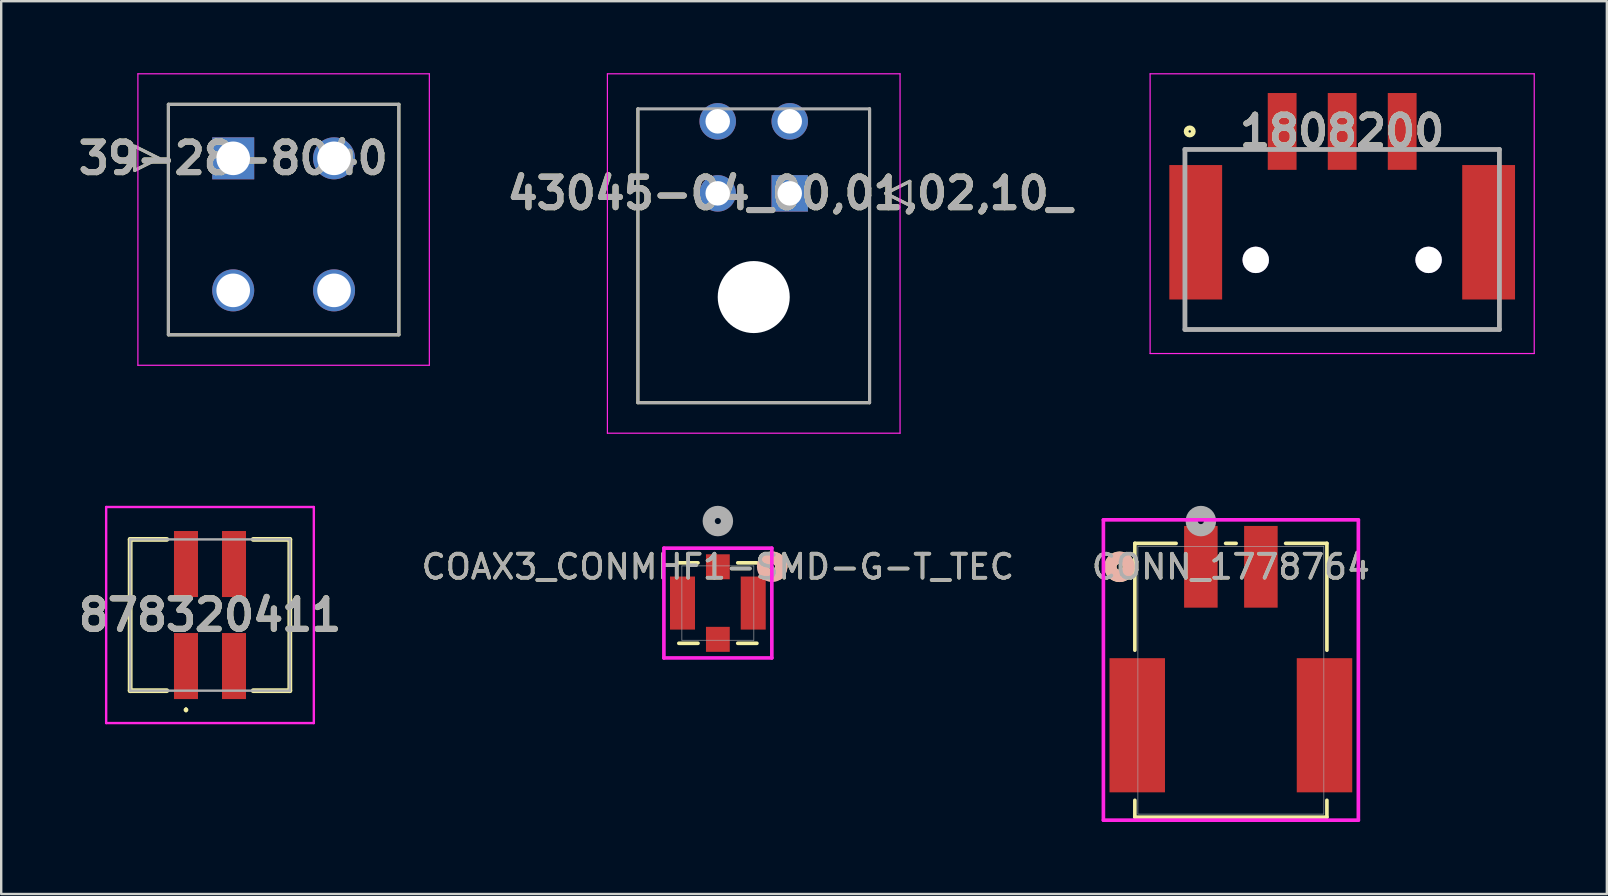
<source format=kicad_pcb>
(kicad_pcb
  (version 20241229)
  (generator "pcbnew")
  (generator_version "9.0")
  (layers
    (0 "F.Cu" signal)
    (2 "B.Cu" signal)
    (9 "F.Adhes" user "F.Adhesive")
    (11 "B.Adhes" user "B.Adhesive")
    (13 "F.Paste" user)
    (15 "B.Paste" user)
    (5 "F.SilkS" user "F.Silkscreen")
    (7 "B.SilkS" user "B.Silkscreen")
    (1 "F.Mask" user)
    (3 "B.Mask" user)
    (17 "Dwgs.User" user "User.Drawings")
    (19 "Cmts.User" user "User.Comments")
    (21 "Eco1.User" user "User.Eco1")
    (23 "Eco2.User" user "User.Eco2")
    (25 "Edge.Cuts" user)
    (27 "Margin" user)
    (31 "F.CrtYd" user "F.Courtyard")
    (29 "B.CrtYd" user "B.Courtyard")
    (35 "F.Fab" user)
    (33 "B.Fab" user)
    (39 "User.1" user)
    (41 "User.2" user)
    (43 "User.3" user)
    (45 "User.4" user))
  (footprint "39-28-8040"
    (layer "F.Cu")
    (at 6.664 3.545)
    (property "Reference" "39-28-8040" (at 0 0 0) (layer "F.SilkS") (effects (font (size 1.27 1.27) (thickness 0.254))))
    (attr through_hole)
    (fp_line (start -4.1 -0.5) (end -3.1 0) (stroke (width 0.127) (type solid)) (layer "F.SilkS"))
    (fp_line (start -4.1 0.5) (end -4.1 -0.5) (stroke (width 0.127) (type solid)) (layer "F.SilkS"))
    (fp_line (start -3.1 0) (end -4.1 0.5) (stroke (width 0.127) (type solid)) (layer "F.SilkS"))
    (fp_line (start -2.7 -2.25) (end 6.9 -2.25) (stroke (width 0.127) (type solid)) (layer "F.SilkS"))
    (fp_line (start -2.7 7.35) (end -2.7 -2.25) (stroke (width 0.127) (type solid)) (layer "F.SilkS"))
    (fp_line (start 6.9 -2.25) (end 6.9 7.35) (stroke (width 0.127) (type solid)) (layer "F.SilkS"))
    (fp_line (start 6.9 7.35) (end -2.7 7.35) (stroke (width 0.127) (type solid)) (layer "F.SilkS"))
    (fp_line (start -3.97 -3.52) (end 8.17 -3.52) (stroke (width 0.05) (type solid)) (layer "F.CrtYd"))
    (fp_line (start -3.97 8.62) (end -3.97 -3.52) (stroke (width 0.05) (type solid)) (layer "F.CrtYd"))
    (fp_line (start 8.17 -3.52) (end 8.17 8.62) (stroke (width 0.05) (type solid)) (layer "F.CrtYd"))
    (fp_line (start 8.17 8.62) (end -3.97 8.62) (stroke (width 0.05) (type solid)) (layer "F.CrtYd"))
    (fp_line (start -4.1 -0.5) (end -3.1 0) (stroke (width 0.127) (type solid)) (layer "F.Fab"))
    (fp_line (start -4.1 0.5) (end -4.1 -0.5) (stroke (width 0.127) (type solid)) (layer "F.Fab"))
    (fp_line (start -3.1 0) (end -4.1 0.5) (stroke (width 0.127) (type solid)) (layer "F.Fab"))
    (fp_line (start -2.7 -2.25) (end 6.9 -2.25) (stroke (width 0.127) (type solid)) (layer "F.Fab"))
    (fp_line (start -2.7 7.35) (end -2.7 -2.25) (stroke (width 0.127) (type solid)) (layer "F.Fab"))
    (fp_line (start 6.9 -2.25) (end 6.9 7.35) (stroke (width 0.127) (type solid)) (layer "F.Fab"))
    (fp_line (start 6.9 7.35) (end -2.7 7.35) (stroke (width 0.127) (type solid)) (layer "F.Fab"))
    (fp_text user "${REFERENCE}" (at 0 0 0) (layer "F.Fab") (effects (font (size 1.27 1.27) (thickness 0.254))))
    (pad "1" thru_hole rect (at 0 0) (size 1.75 1.75) (drill 1.4) (layers "*.Cu" "*.Mask"))
    (pad "2" thru_hole circle (at 4.2 0) (size 1.75 1.75) (drill 1.4) (layers "*.Cu" "*.Mask"))
    (pad "3" thru_hole circle (at 0 5.5) (size 1.75 1.75) (drill 1.4) (layers "*.Cu" "*.Mask"))
    (pad "4" thru_hole circle (at 4.2 5.5) (size 1.75 1.75) (drill 1.4) (layers "*.Cu" "*.Mask")))
  (footprint "CONN_1778764"
    (layer "F.Cu")
    (at 48.221 25.285)
    (property "Reference" "CONN_1778764" (at 0 -4.725 0) (unlocked yes) (layer "F.SilkS") (effects (font (size 1 1) (thickness 0.15))))
    (attr smd)
    (fp_line (start -4 -5.702) (end -4 -1.252) (stroke (width 0.152) (type solid)) (layer "F.SilkS"))
    (fp_line (start -4 5.001) (end -4 5.702) (stroke (width 0.152) (type solid)) (layer "F.SilkS"))
    (fp_line (start -4 5.702) (end 4 5.702) (stroke (width 0.152) (type solid)) (layer "F.SilkS"))
    (fp_line (start -2.281 -5.702) (end -4 -5.702) (stroke (width 0.152) (type solid)) (layer "F.SilkS"))
    (fp_line (start 0.219 -5.702) (end -0.219 -5.702) (stroke (width 0.152) (type solid)) (layer "F.SilkS"))
    (fp_line (start 4 -5.702) (end 2.281 -5.702) (stroke (width 0.152) (type solid)) (layer "F.SilkS"))
    (fp_line (start 4 -1.252) (end 4 -5.702) (stroke (width 0.152) (type solid)) (layer "F.SilkS"))
    (fp_line (start 4 5.702) (end 4 5.001) (stroke (width 0.152) (type solid)) (layer "F.SilkS"))
    (fp_circle (center -4.636 -4.725) (end -4.255 -4.725) (stroke (width 0.508) (type solid)) (fill no) (layer "F.SilkS"))
    (fp_circle (center -4.636 -4.725) (end -4.255 -4.725) (stroke (width 0.508) (type solid)) (fill no) (layer "B.SilkS"))
    (fp_line (start -5.31 -6.681) (end -5.31 5.829) (stroke (width 0.152) (type solid)) (layer "F.CrtYd"))
    (fp_line (start -5.31 5.829) (end 5.31 5.829) (stroke (width 0.152) (type solid)) (layer "F.CrtYd"))
    (fp_line (start 5.31 -6.681) (end -5.31 -6.681) (stroke (width 0.152) (type solid)) (layer "F.CrtYd"))
    (fp_line (start 5.31 5.829) (end 5.31 -6.681) (stroke (width 0.152) (type solid)) (layer "F.CrtYd"))
    (fp_line (start -3.873 -5.575) (end -3.873 5.575) (stroke (width 0.025) (type solid)) (layer "F.Fab"))
    (fp_line (start -3.873 5.575) (end 3.873 5.575) (stroke (width 0.025) (type solid)) (layer "F.Fab"))
    (fp_line (start 3.873 -5.575) (end -3.873 -5.575) (stroke (width 0.025) (type solid)) (layer "F.Fab"))
    (fp_line (start 3.873 5.575) (end 3.873 -5.575) (stroke (width 0.025) (type solid)) (layer "F.Fab"))
    (fp_circle (center -1.25 -6.63) (end -0.869 -6.63) (stroke (width 0.508) (type solid)) (fill no) (layer "F.Fab"))
    (fp_text user "${REFERENCE}" (at 0 -4.725 0) (unlocked yes) (layer "F.Fab") (effects (font (size 1 1) (thickness 0.15))))
    (pad "1" smd rect (at -1.25 -4.725) (size 1.397 3.404) (layers "F.Cu" "F.Mask" "F.Paste"))
    (pad "2" smd rect (at 1.25 -4.725) (size 1.397 3.404) (layers "F.Cu" "F.Mask" "F.Paste"))
    (pad "3" smd rect (at -3.9 1.875) (size 2.311 5.588) (layers "F.Cu" "F.Mask" "F.Paste"))
    (pad "4" smd rect (at 3.9 1.875) (size 2.311 5.588) (layers "F.Cu" "F.Mask" "F.Paste")))
  (footprint "COAX3_CONMHF1-SMD-G-T_TEC"
    (layer "F.Cu")
    (at 26.852 22.07)
    (property "Reference" "COAX3_CONMHF1-SMD-G-T_TEC" (at 0 -1.511 0) (unlocked yes) (layer "F.SilkS") (effects (font (size 1 1) (thickness 0.15))))
    (attr smd)
    (fp_line (start -1.626 1.676) (end -0.828 1.676) (stroke (width 0.152) (type solid)) (layer "F.SilkS"))
    (fp_line (start -0.828 -1.676) (end -1.626 -1.676) (stroke (width 0.152) (type solid)) (layer "F.SilkS"))
    (fp_line (start 0.828 1.676) (end 1.626 1.676) (stroke (width 0.152) (type solid)) (layer "F.SilkS"))
    (fp_line (start 1.626 -1.676) (end 0.828 -1.676) (stroke (width 0.152) (type solid)) (layer "F.SilkS"))
    (fp_arc (start 1.894109 -1.61544) (mid 2.313173 -1.888655) (end 2.6416 -1.5113) (stroke (width 0.508) (type solid)) (layer "F.SilkS"))
    (fp_arc (start 2.6416 -1.5113) (mid 2.602589 -1.343358) (end 2.493545 -1.209808) (stroke (width 0.508) (type solid)) (layer "F.SilkS"))
    (fp_circle (center 2.261 -1.511) (end 2.642 -1.511) (stroke (width 0.508) (type solid)) (fill no) (layer "B.SilkS"))
    (fp_line (start -2.248 -2.286) (end -2.248 2.286) (stroke (width 0.152) (type solid)) (layer "F.CrtYd"))
    (fp_line (start -2.248 2.286) (end 2.248 2.286) (stroke (width 0.152) (type solid)) (layer "F.CrtYd"))
    (fp_line (start 2.248 -2.286) (end -2.248 -2.286) (stroke (width 0.152) (type solid)) (layer "F.CrtYd"))
    (fp_line (start 2.248 2.286) (end 2.248 -2.286) (stroke (width 0.152) (type solid)) (layer "F.CrtYd"))
    (fp_line (start -1.499 -1.549) (end -1.499 1.549) (stroke (width 0.025) (type solid)) (layer "F.Fab"))
    (fp_line (start -1.499 1.549) (end 1.499 1.549) (stroke (width 0.025) (type solid)) (layer "F.Fab"))
    (fp_line (start 1.499 -1.549) (end -1.499 -1.549) (stroke (width 0.025) (type solid)) (layer "F.Fab"))
    (fp_line (start 1.499 1.549) (end 1.499 -1.549) (stroke (width 0.025) (type solid)) (layer "F.Fab"))
    (fp_circle (center 0 -3.416) (end 0.381 -3.416) (stroke (width 0.508) (type solid)) (fill no) (layer "F.Fab"))
    (fp_text user "${REFERENCE}" (at 0 -1.511 0) (unlocked yes) (layer "F.Fab") (effects (font (size 1 1) (thickness 0.15))))
    (pad "1" smd rect (at 0 -1.511) (size 0.991 1.041) (layers "F.Cu" "F.Mask" "F.Paste"))
    (pad "2" smd rect (at -1.473 0) (size 1.041 2.21) (layers "F.Cu" "F.Mask" "F.Paste"))
    (pad "3" smd rect (at 1.473 0) (size 1.041 2.21) (layers "F.Cu" "F.Mask" "F.Paste"))
    (pad "4" smd rect (at 0 1.511) (size 0.991 1.041) (layers "F.Cu" "F.Mask" "F.Paste")))
  (footprint "43045-04_00,01,02,10_"
    (layer "F.Cu")
    (at 29.846 5.004)
    (property "Reference" "43045-04_00,01,02,10_" (at 0 0 0) (layer "F.SilkS") (effects (font (size 1.27 1.27) (thickness 0.254))))
    (attr through_hole)
    (fp_line (start -6.325 8.72) (end -6.325 -3.52) (stroke (width 0.127) (type solid)) (layer "F.SilkS"))
    (fp_line (start 3.325 -3.52) (end 3.325 8.72) (stroke (width 0.127) (type solid)) (layer "F.SilkS"))
    (fp_line (start 3.325 8.72) (end -6.325 8.72) (stroke (width 0.127) (type solid)) (layer "F.SilkS"))
    (fp_line (start 4 0) (end 5 -0.5) (stroke (width 0.127) (type solid)) (layer "F.SilkS"))
    (fp_line (start 5 -0.5) (end 5 0.5) (stroke (width 0.127) (type solid)) (layer "F.SilkS"))
    (fp_line (start 5 0.5) (end 4 0) (stroke (width 0.127) (type solid)) (layer "F.SilkS"))
    (fp_line (start -7.595 -4.979) (end 4.595 -4.979) (stroke (width 0.05) (type solid)) (layer "F.CrtYd"))
    (fp_line (start -7.595 9.99) (end -7.595 -4.979) (stroke (width 0.05) (type solid)) (layer "F.CrtYd"))
    (fp_line (start 4.595 -4.979) (end 4.595 9.99) (stroke (width 0.05) (type solid)) (layer "F.CrtYd"))
    (fp_line (start 4.595 9.99) (end -7.595 9.99) (stroke (width 0.05) (type solid)) (layer "F.CrtYd"))
    (fp_line (start -6.325 -3.52) (end 3.325 -3.52) (stroke (width 0.127) (type solid)) (layer "F.Fab"))
    (fp_line (start -6.325 8.72) (end -6.325 -3.52) (stroke (width 0.127) (type solid)) (layer "F.Fab"))
    (fp_line (start 3.325 -3.52) (end 3.325 8.72) (stroke (width 0.127) (type solid)) (layer "F.Fab"))
    (fp_line (start 3.325 8.72) (end -6.325 8.72) (stroke (width 0.127) (type solid)) (layer "F.Fab"))
    (fp_line (start 4 0) (end 5 -0.5) (stroke (width 0.127) (type solid)) (layer "F.Fab"))
    (fp_line (start 5 -0.5) (end 5 0.5) (stroke (width 0.127) (type solid)) (layer "F.Fab"))
    (fp_line (start 5 0.5) (end 4 0) (stroke (width 0.127) (type solid)) (layer "F.Fab"))
    (fp_text user "${REFERENCE}" (at 0 0 0) (layer "F.Fab") (effects (font (size 1.27 1.27) (thickness 0.254))))
    (pad "" np_thru_hole circle (at -1.5 4.32) (size 3 3) (drill 3) (layers "*.Cu" "*.Mask"))
    (pad "1" thru_hole rect (at 0 0) (size 1.52 1.52) (drill 1.02) (layers "*.Cu" "*.Mask"))
    (pad "2" thru_hole circle (at -3 0) (size 1.52 1.52) (drill 1.02) (layers "*.Cu" "*.Mask"))
    (pad "3" thru_hole circle (at 0 -3) (size 1.52 1.52) (drill 1.02) (layers "*.Cu" "*.Mask"))
    (pad "4" thru_hole circle (at -3 -3) (size 1.52 1.52) (drill 1.02) (layers "*.Cu" "*.Mask")))
  (footprint "1808200"
    (layer "F.Cu")
    (at 52.857 2.425)
    (property "Reference" "1808200" (at 0 0 0) (layer "F.SilkS") (effects (font (size 1.27 1.27) (thickness 0.254))))
    (attr through_hole)
    (fp_line (start 6.55 8.25) (end -6.55 8.25) (stroke (width 0.1) (type solid)) (layer "F.SilkS"))
    (fp_circle (center -6.35 0) (end -6.35 0.05) (stroke (width 0.2) (type solid)) (fill no) (layer "F.SilkS"))
    (fp_line (start -8 -2.4) (end 8 -2.4) (stroke (width 0.05) (type solid)) (layer "F.CrtYd"))
    (fp_line (start -8 9.25) (end -8 -2.4) (stroke (width 0.05) (type solid)) (layer "F.CrtYd"))
    (fp_line (start 8 -2.4) (end 8 9.25) (stroke (width 0.05) (type solid)) (layer "F.CrtYd"))
    (fp_line (start 8 9.25) (end -8 9.25) (stroke (width 0.05) (type solid)) (layer "F.CrtYd"))
    (fp_line (start -6.55 0.75) (end 6.55 0.75) (stroke (width 0.2) (type solid)) (layer "F.Fab"))
    (fp_line (start -6.55 8.25) (end -6.55 0.75) (stroke (width 0.2) (type solid)) (layer "F.Fab"))
    (fp_line (start 6.55 0.75) (end 6.55 8.25) (stroke (width 0.2) (type solid)) (layer "F.Fab"))
    (fp_line (start 6.55 8.25) (end -6.55 8.25) (stroke (width 0.2) (type solid)) (layer "F.Fab"))
    (fp_text user "${REFERENCE}" (at 0 0 0) (layer "F.Fab") (effects (font (size 1.27 1.27) (thickness 0.254))))
    (pad "1" smd rect (at -2.5 0) (size 1.2 3.2) (layers "F.Cu" "F.Mask" "F.Paste"))
    (pad "2" smd rect (at 0 0) (size 1.2 3.2) (layers "F.Cu" "F.Mask" "F.Paste"))
    (pad "3" smd rect (at 2.5 0) (size 1.2 3.2) (layers "F.Cu" "F.Mask" "F.Paste"))
    (pad "4" smd rect (at -6.1 4.2) (size 2.2 5.6) (layers "F.Cu" "F.Mask" "F.Paste"))
    (pad "5" smd rect (at 6.1 4.2) (size 2.2 5.6) (layers "F.Cu" "F.Mask" "F.Paste"))
    (pad "6" thru_hole circle (at -3.6 5.35) (size 1.1 1.1) (drill 1.1) (layers "*.Cu" "*.Mask"))
    (pad "7" thru_hole circle (at 3.6 5.35) (size 1.1 1.1) (drill 1.1) (layers "*.Cu" "*.Mask")))
  (footprint "878320411"
    (layer "F.Cu")
    (at 5.697 22.569)
    (property "Reference" "878320411" (at 0 0 0) (layer "F.SilkS") (effects (font (size 1.27 1.27) (thickness 0.254))))
    (attr smd)
    (fp_line (start -3.325 -3.15) (end -1.8 -3.15) (stroke (width 0.2) (type solid)) (layer "F.SilkS"))
    (fp_line (start -3.325 3.15) (end -3.325 -3.15) (stroke (width 0.2) (type solid)) (layer "F.SilkS"))
    (fp_line (start -1.8 3.15) (end -3.325 3.15) (stroke (width 0.2) (type solid)) (layer "F.SilkS"))
    (fp_line (start -1 3.9) (end -1 3.9) (stroke (width 0.1) (type solid)) (layer "F.SilkS"))
    (fp_line (start -1 4) (end -1 4) (stroke (width 0.1) (type solid)) (layer "F.SilkS"))
    (fp_line (start 1.8 3.15) (end 3.325 3.15) (stroke (width 0.2) (type solid)) (layer "F.SilkS"))
    (fp_line (start 3.325 -3.15) (end 1.8 -3.15) (stroke (width 0.2) (type solid)) (layer "F.SilkS"))
    (fp_line (start 3.325 3.15) (end 3.325 -3.15) (stroke (width 0.2) (type solid)) (layer "F.SilkS"))
    (fp_arc (start -1 3.9) (mid -0.95 3.95) (end -1 4) (stroke (width 0.1) (type solid)) (layer "F.SilkS"))
    (fp_arc (start -1 4) (mid -1.05 3.95) (end -1 3.9) (stroke (width 0.1) (type solid)) (layer "F.SilkS"))
    (fp_line (start -4.325 -4.5) (end 4.325 -4.5) (stroke (width 0.1) (type solid)) (layer "F.CrtYd"))
    (fp_line (start -4.325 4.5) (end -4.325 -4.5) (stroke (width 0.1) (type solid)) (layer "F.CrtYd"))
    (fp_line (start 4.325 -4.5) (end 4.325 4.5) (stroke (width 0.1) (type solid)) (layer "F.CrtYd"))
    (fp_line (start 4.325 4.5) (end -4.325 4.5) (stroke (width 0.1) (type solid)) (layer "F.CrtYd"))
    (fp_line (start -3.325 -3.15) (end 3.325 -3.15) (stroke (width 0.1) (type solid)) (layer "F.Fab"))
    (fp_line (start -3.325 3.15) (end -3.325 -3.15) (stroke (width 0.1) (type solid)) (layer "F.Fab"))
    (fp_line (start 3.325 -3.15) (end 3.325 3.15) (stroke (width 0.1) (type solid)) (layer "F.Fab"))
    (fp_line (start 3.325 3.15) (end -3.325 3.15) (stroke (width 0.1) (type solid)) (layer "F.Fab"))
    (fp_text user "${REFERENCE}" (at 0 0 0) (layer "F.Fab") (effects (font (size 1.27 1.27) (thickness 0.254))))
    (pad "1" smd rect (at -1 2.125) (size 1 2.75) (layers "F.Cu" "F.Mask" "F.Paste"))
    (pad "2" smd rect (at -1 -2.125) (size 1 2.75) (layers "F.Cu" "F.Mask" "F.Paste"))
    (pad "3" smd rect (at 1 2.125) (size 1 2.75) (layers "F.Cu" "F.Mask" "F.Paste"))
    (pad "4" smd rect (at 1 -2.125) (size 1 2.75) (layers "F.Cu" "F.Mask" "F.Paste")))
  (gr_rect
    (start -3 -3)
    (end 63.882 34.19)
    (stroke (width 0.1) (type default))
    (fill no)
    (layer "Edge.Cuts")))
</source>
